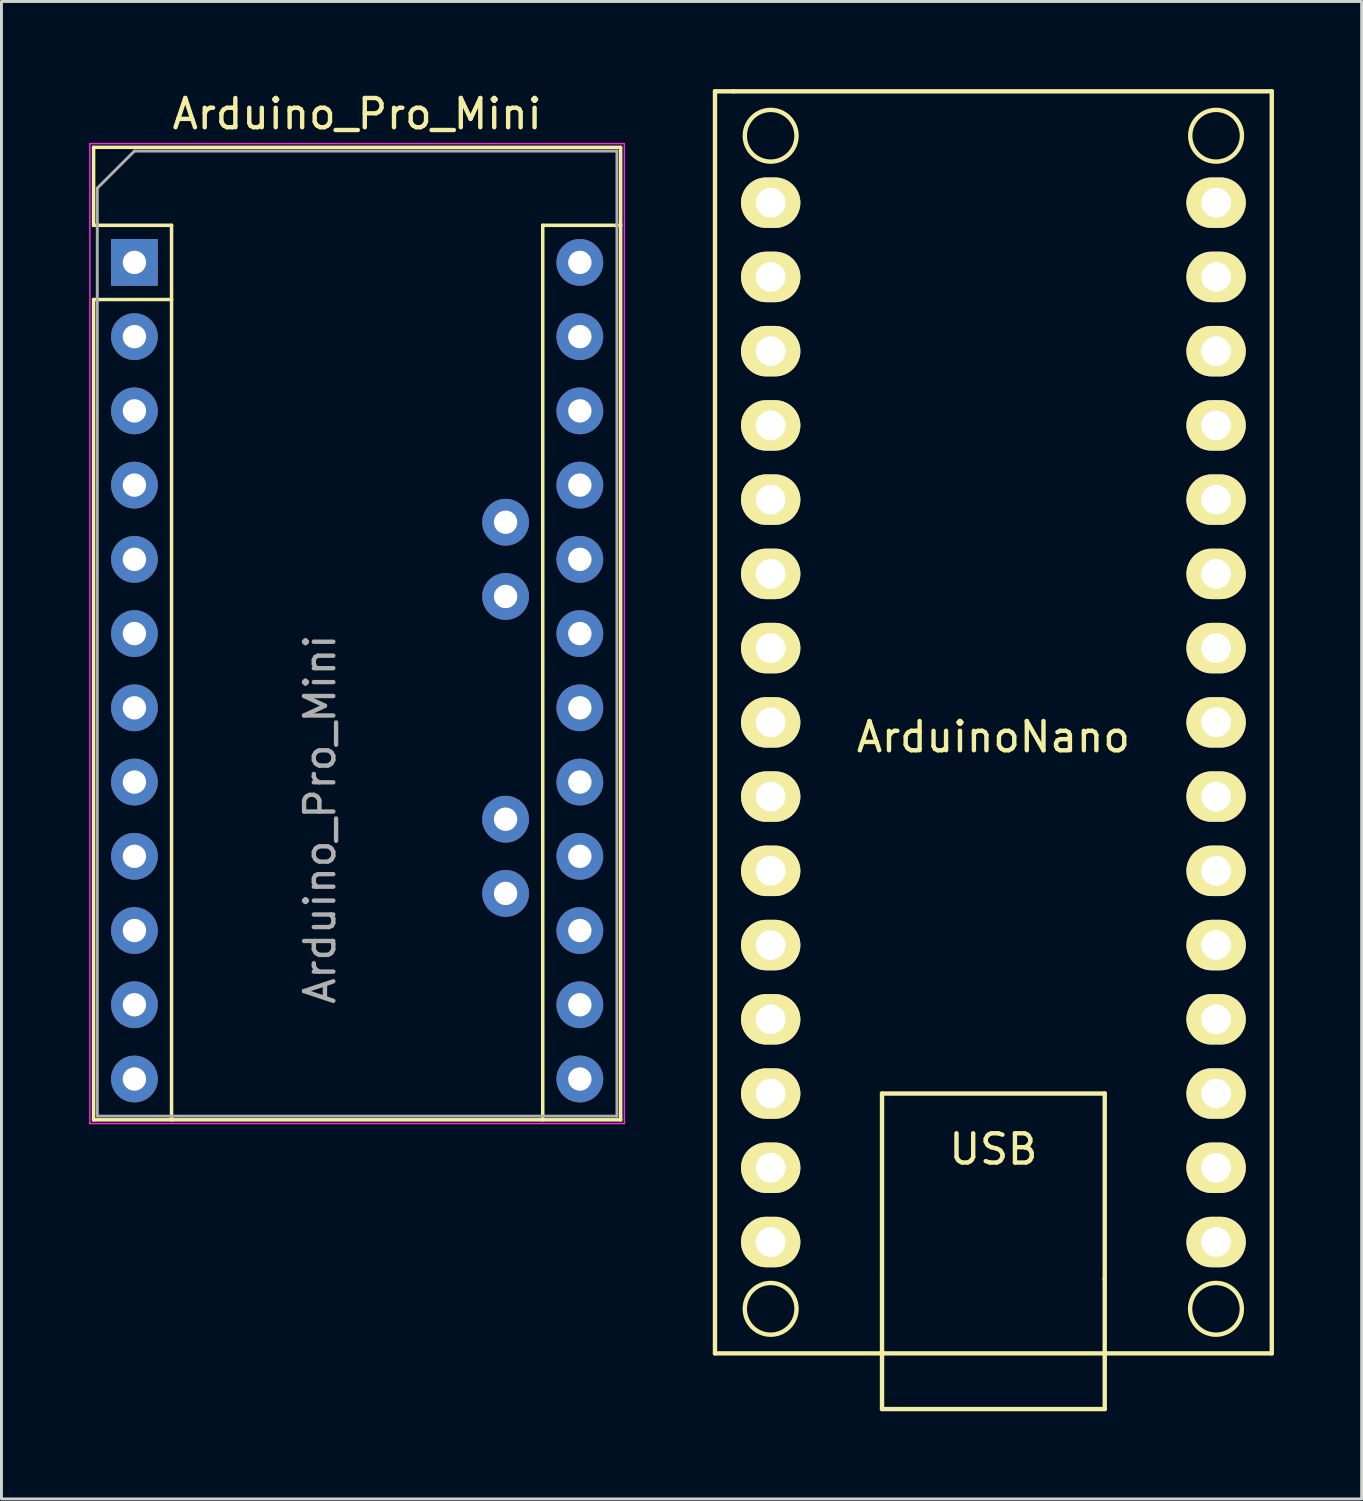
<source format=kicad_pcb>
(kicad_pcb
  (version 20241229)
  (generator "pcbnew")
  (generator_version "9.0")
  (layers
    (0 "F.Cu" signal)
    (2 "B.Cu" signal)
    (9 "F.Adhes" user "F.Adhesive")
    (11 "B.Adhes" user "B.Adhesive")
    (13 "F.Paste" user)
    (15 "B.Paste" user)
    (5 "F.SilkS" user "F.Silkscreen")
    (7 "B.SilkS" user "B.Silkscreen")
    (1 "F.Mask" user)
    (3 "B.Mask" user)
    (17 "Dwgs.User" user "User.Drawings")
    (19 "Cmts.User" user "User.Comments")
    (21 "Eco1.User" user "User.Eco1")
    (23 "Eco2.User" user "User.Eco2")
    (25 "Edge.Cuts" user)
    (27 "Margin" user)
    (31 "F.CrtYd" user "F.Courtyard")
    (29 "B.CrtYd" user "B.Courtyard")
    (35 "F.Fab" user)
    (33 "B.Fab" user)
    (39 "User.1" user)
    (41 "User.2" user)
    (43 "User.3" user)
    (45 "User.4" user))
  (footprint "Arduino_Pro_Mini"
    (layer "F.Cu")
    (at 1.549 5.928)
    (property "Reference" "Arduino_Pro_Mini" (at 7.62 -5.08 0) (layer "F.SilkS") (effects (font (size 1 1) (thickness 0.15))))
    (attr through_hole)
    (fp_line (start -1.397 -3.937) (end -1.397 -1.27) (stroke (width 0.12) (type solid)) (layer "F.SilkS"))
    (fp_line (start -1.397 1.27) (end -1.397 29.337) (stroke (width 0.12) (type solid)) (layer "F.SilkS"))
    (fp_line (start -1.397 29.337) (end 16.64 29.337) (stroke (width 0.12) (type solid)) (layer "F.SilkS"))
    (fp_line (start 1.27 -1.27) (end -1.397 -1.27) (stroke (width 0.12) (type solid)) (layer "F.SilkS"))
    (fp_line (start 1.27 1.27) (end -1.397 1.27) (stroke (width 0.12) (type solid)) (layer "F.SilkS"))
    (fp_line (start 1.27 1.27) (end 1.27 -1.27) (stroke (width 0.12) (type solid)) (layer "F.SilkS"))
    (fp_line (start 1.27 1.27) (end 1.27 29.337) (stroke (width 0.12) (type solid)) (layer "F.SilkS"))
    (fp_line (start 13.97 -1.27) (end 13.97 29.337) (stroke (width 0.12) (type solid)) (layer "F.SilkS"))
    (fp_line (start 13.97 -1.27) (end 16.64 -1.27) (stroke (width 0.12) (type solid)) (layer "F.SilkS"))
    (fp_line (start 16.637 -3.937) (end -1.397 -3.937) (stroke (width 0.12) (type solid)) (layer "F.SilkS"))
    (fp_line (start 16.637 29.337) (end 16.637 -3.937) (stroke (width 0.12) (type solid)) (layer "F.SilkS"))
    (fp_line (start -1.524 -4.064) (end -1.524 29.464) (stroke (width 0.05) (type solid)) (layer "F.CrtYd"))
    (fp_line (start -1.524 -4.064) (end 16.764 -4.064) (stroke (width 0.05) (type solid)) (layer "F.CrtYd"))
    (fp_line (start 16.764 29.464) (end -1.524 29.464) (stroke (width 0.05) (type solid)) (layer "F.CrtYd"))
    (fp_line (start 16.764 29.464) (end 16.764 -4.064) (stroke (width 0.05) (type solid)) (layer "F.CrtYd"))
    (fp_line (start -1.27 -2.54) (end 0 -3.81) (stroke (width 0.1) (type solid)) (layer "F.Fab"))
    (fp_line (start -1.27 29.21) (end -1.27 -2.54) (stroke (width 0.1) (type solid)) (layer "F.Fab"))
    (fp_line (start 0 -3.81) (end 16.51 -3.81) (stroke (width 0.1) (type solid)) (layer "F.Fab"))
    (fp_line (start 16.51 -3.81) (end 16.51 29.21) (stroke (width 0.1) (type solid)) (layer "F.Fab"))
    (fp_line (start 16.51 29.21) (end -1.27 29.21) (stroke (width 0.1) (type solid)) (layer "F.Fab"))
    (fp_text user "${REFERENCE}" (at 6.35 19.05 90) (layer "F.Fab") (effects (font (size 1 1) (thickness 0.15))))
    (pad "1" thru_hole rect (at 0 0) (size 1.6 1.6) (drill 0.8) (layers "*.Cu" "*.Mask"))
    (pad "2" thru_hole oval (at 0 2.54) (size 1.6 1.6) (drill 0.8) (layers "*.Cu" "*.Mask"))
    (pad "3" thru_hole oval (at 0 5.08) (size 1.6 1.6) (drill 0.8) (layers "*.Cu" "*.Mask"))
    (pad "4" thru_hole oval (at 0 7.62) (size 1.6 1.6) (drill 0.8) (layers "*.Cu" "*.Mask"))
    (pad "5" thru_hole oval (at 0 10.16) (size 1.6 1.6) (drill 0.8) (layers "*.Cu" "*.Mask"))
    (pad "6" thru_hole oval (at 0 12.7) (size 1.6 1.6) (drill 0.8) (layers "*.Cu" "*.Mask"))
    (pad "7" thru_hole oval (at 0 15.24) (size 1.6 1.6) (drill 0.8) (layers "*.Cu" "*.Mask"))
    (pad "8" thru_hole oval (at 0 17.78) (size 1.6 1.6) (drill 0.8) (layers "*.Cu" "*.Mask"))
    (pad "9" thru_hole oval (at 0 20.32) (size 1.6 1.6) (drill 0.8) (layers "*.Cu" "*.Mask"))
    (pad "10" thru_hole oval (at 0 22.86) (size 1.6 1.6) (drill 0.8) (layers "*.Cu" "*.Mask"))
    (pad "11" thru_hole oval (at 0 25.4) (size 1.6 1.6) (drill 0.8) (layers "*.Cu" "*.Mask"))
    (pad "12" thru_hole oval (at 0 27.94) (size 1.6 1.6) (drill 0.8) (layers "*.Cu" "*.Mask"))
    (pad "13" thru_hole oval (at 15.24 27.94) (size 1.6 1.6) (drill 0.8) (layers "*.Cu" "*.Mask"))
    (pad "14" thru_hole oval (at 15.24 25.4) (size 1.6 1.6) (drill 0.8) (layers "*.Cu" "*.Mask"))
    (pad "15" thru_hole oval (at 15.24 22.86) (size 1.6 1.6) (drill 0.8) (layers "*.Cu" "*.Mask"))
    (pad "16" thru_hole oval (at 15.24 20.32) (size 1.6 1.6) (drill 0.8) (layers "*.Cu" "*.Mask"))
    (pad "17" thru_hole oval (at 15.24 17.78) (size 1.6 1.6) (drill 0.8) (layers "*.Cu" "*.Mask"))
    (pad "18" thru_hole oval (at 15.24 15.24) (size 1.6 1.6) (drill 0.8) (layers "*.Cu" "*.Mask"))
    (pad "19" thru_hole oval (at 15.24 12.7) (size 1.6 1.6) (drill 0.8) (layers "*.Cu" "*.Mask"))
    (pad "20" thru_hole oval (at 15.24 10.16) (size 1.6 1.6) (drill 0.8) (layers "*.Cu" "*.Mask"))
    (pad "21" thru_hole oval (at 15.24 7.62) (size 1.6 1.6) (drill 0.8) (layers "*.Cu" "*.Mask"))
    (pad "22" thru_hole oval (at 15.24 5.08) (size 1.6 1.6) (drill 0.8) (layers "*.Cu" "*.Mask"))
    (pad "23" thru_hole oval (at 15.24 2.54) (size 1.6 1.6) (drill 0.8) (layers "*.Cu" "*.Mask"))
    (pad "24" thru_hole oval (at 15.24 0) (size 1.6 1.6) (drill 0.8) (layers "*.Cu" "*.Mask"))
    (pad "A4" thru_hole oval (at 12.7 11.43) (size 1.6 1.6) (drill 0.8) (layers "*.Cu" "*.Mask"))
    (pad "A5" thru_hole oval (at 12.7 8.89) (size 1.6 1.6) (drill 0.8) (layers "*.Cu" "*.Mask"))
    (pad "A6" thru_hole oval (at 12.7 21.59) (size 1.6 1.6) (drill 0.8) (layers "*.Cu" "*.Mask"))
    (pad "A7" thru_hole oval (at 12.7 19.05) (size 1.6 1.6) (drill 0.8) (layers "*.Cu" "*.Mask")))
  (footprint "ArduinoNano"
    (layer "F.Cu")
    (at 23.318 3.885)
    (property "Reference" "ArduinoNano" (at 7.62 18.28 0) (layer "F.SilkS") (effects (font (size 1 1) (thickness 0.15))))
    (attr through_hole)
    (fp_line (start -1.905 -3.81) (end -1.905 39.37) (stroke (width 0.15) (type solid)) (layer "F.SilkS"))
    (fp_line (start -1.905 39.37) (end 17.145 39.37) (stroke (width 0.15) (type solid)) (layer "F.SilkS"))
    (fp_line (start -1.27 -3.81) (end -1.905 -3.81) (stroke (width 0.15) (type solid)) (layer "F.SilkS"))
    (fp_line (start 3.81 30.48) (end 11.43 30.48) (stroke (width 0.15) (type solid)) (layer "F.SilkS"))
    (fp_line (start 3.81 36.83) (end 3.81 30.48) (stroke (width 0.15) (type solid)) (layer "F.SilkS"))
    (fp_line (start 3.81 36.83) (end 3.81 41.275) (stroke (width 0.15) (type solid)) (layer "F.SilkS"))
    (fp_line (start 11.43 30.48) (end 11.43 36.83) (stroke (width 0.15) (type solid)) (layer "F.SilkS"))
    (fp_line (start 11.43 36.83) (end 11.43 41.275) (stroke (width 0.15) (type solid)) (layer "F.SilkS"))
    (fp_line (start 11.43 41.275) (end 3.81 41.275) (stroke (width 0.15) (type solid)) (layer "F.SilkS"))
    (fp_line (start 17.145 -3.81) (end -1.27 -3.81) (stroke (width 0.15) (type solid)) (layer "F.SilkS"))
    (fp_line (start 17.145 39.37) (end 17.145 -3.81) (stroke (width 0.15) (type solid)) (layer "F.SilkS"))
    (fp_circle (center 0 -2.29) (end 0.885 -2.29) (stroke (width 0.15) (type solid)) (fill no) (layer "F.SilkS"))
    (fp_circle (center 0 37.846) (end 0.885 37.846) (stroke (width 0.15) (type solid)) (fill no) (layer "F.SilkS"))
    (fp_circle (center 15.236 37.846) (end 16.121 37.846) (stroke (width 0.15) (type solid)) (fill no) (layer "F.SilkS"))
    (fp_circle (center 15.24 -2.29) (end 16.125 -2.29) (stroke (width 0.15) (type solid)) (fill no) (layer "F.SilkS"))
    (fp_text user "USB" (at 7.62 32.385 0) (layer "F.SilkS") (effects (font (size 1 1) (thickness 0.15))))
    (pad "1" thru_hole oval (at 0 0) (size 2.032 1.727) (drill 1.016) (layers "*.Cu" "*.Mask" "F.SilkS"))
    (pad "2" thru_hole oval (at 0 2.54) (size 2.032 1.727) (drill 1.016) (layers "*.Cu" "*.Mask" "F.SilkS"))
    (pad "3" thru_hole oval (at 0 5.08) (size 2.032 1.727) (drill 1.016) (layers "*.Cu" "*.Mask" "F.SilkS"))
    (pad "4" thru_hole oval (at 0 7.62) (size 2.032 1.727) (drill 1.016) (layers "*.Cu" "*.Mask" "F.SilkS"))
    (pad "5" thru_hole oval (at 0 10.16) (size 2.032 1.727) (drill 1.016) (layers "*.Cu" "*.Mask" "F.SilkS"))
    (pad "6" thru_hole oval (at 0 12.7) (size 2.032 1.727) (drill 1.016) (layers "*.Cu" "*.Mask" "F.SilkS"))
    (pad "7" thru_hole oval (at 0 15.24) (size 2.032 1.727) (drill 1.016) (layers "*.Cu" "*.Mask" "F.SilkS"))
    (pad "8" thru_hole oval (at 0 17.78) (size 2.032 1.727) (drill 1.016) (layers "*.Cu" "*.Mask" "F.SilkS"))
    (pad "9" thru_hole oval (at 0 20.32) (size 2.032 1.727) (drill 1.016) (layers "*.Cu" "*.Mask" "F.SilkS"))
    (pad "10" thru_hole oval (at 0 22.86) (size 2.032 1.727) (drill 1.016) (layers "*.Cu" "*.Mask" "F.SilkS"))
    (pad "11" thru_hole oval (at 0 25.4) (size 2.032 1.727) (drill 1.016) (layers "*.Cu" "*.Mask" "F.SilkS"))
    (pad "12" thru_hole oval (at 0 27.94) (size 2.032 1.727) (drill 1.016) (layers "*.Cu" "*.Mask" "F.SilkS"))
    (pad "13" thru_hole oval (at 0 30.48) (size 2.032 1.727) (drill 1.016) (layers "*.Cu" "*.Mask" "F.SilkS"))
    (pad "14" thru_hole oval (at 0 33.02) (size 2.032 1.727) (drill 1.016) (layers "*.Cu" "*.Mask" "F.SilkS"))
    (pad "15" thru_hole oval (at 0 35.56) (size 2.032 1.727) (drill 1.016) (layers "*.Cu" "*.Mask" "F.SilkS"))
    (pad "16" thru_hole oval (at 15.24 35.56) (size 2.032 1.727) (drill 1.016) (layers "*.Cu" "*.Mask" "F.SilkS"))
    (pad "17" thru_hole oval (at 15.24 33.02) (size 2.032 1.727) (drill 1.016) (layers "*.Cu" "*.Mask" "F.SilkS"))
    (pad "18" thru_hole oval (at 15.24 30.48) (size 2.032 1.727) (drill 1.016) (layers "*.Cu" "*.Mask" "F.SilkS"))
    (pad "19" thru_hole oval (at 15.24 27.94) (size 2.032 1.727) (drill 1.016) (layers "*.Cu" "*.Mask" "F.SilkS"))
    (pad "20" thru_hole oval (at 15.24 25.4) (size 2.032 1.727) (drill 1.016) (layers "*.Cu" "*.Mask" "F.SilkS"))
    (pad "21" thru_hole oval (at 15.24 22.86) (size 2.032 1.727) (drill 1.016) (layers "*.Cu" "*.Mask" "F.SilkS"))
    (pad "22" thru_hole oval (at 15.24 20.32) (size 2.032 1.727) (drill 1.016) (layers "*.Cu" "*.Mask" "F.SilkS"))
    (pad "23" thru_hole oval (at 15.24 17.78) (size 2.032 1.727) (drill 1.016) (layers "*.Cu" "*.Mask" "F.SilkS"))
    (pad "24" thru_hole oval (at 15.24 15.24) (size 2.032 1.727) (drill 1.016) (layers "*.Cu" "*.Mask" "F.SilkS"))
    (pad "25" thru_hole oval (at 15.24 12.7) (size 2.032 1.727) (drill 1.016) (layers "*.Cu" "*.Mask" "F.SilkS"))
    (pad "26" thru_hole oval (at 15.24 10.16) (size 2.032 1.727) (drill 1.016) (layers "*.Cu" "*.Mask" "F.SilkS"))
    (pad "27" thru_hole oval (at 15.24 7.62) (size 2.032 1.727) (drill 1.016) (layers "*.Cu" "*.Mask" "F.SilkS"))
    (pad "28" thru_hole oval (at 15.24 5.08) (size 2.032 1.727) (drill 1.016) (layers "*.Cu" "*.Mask" "F.SilkS"))
    (pad "29" thru_hole oval (at 15.24 2.54) (size 2.032 1.727) (drill 1.016) (layers "*.Cu" "*.Mask" "F.SilkS"))
    (pad "30" thru_hole oval (at 15.24 0) (size 2.032 1.727) (drill 1.016) (layers "*.Cu" "*.Mask" "F.SilkS")))
  (gr_rect
    (start -3 -3)
    (end 43.538 48.235)
    (stroke (width 0.1) (type default))
    (fill no)
    (layer "Edge.Cuts")))
</source>
